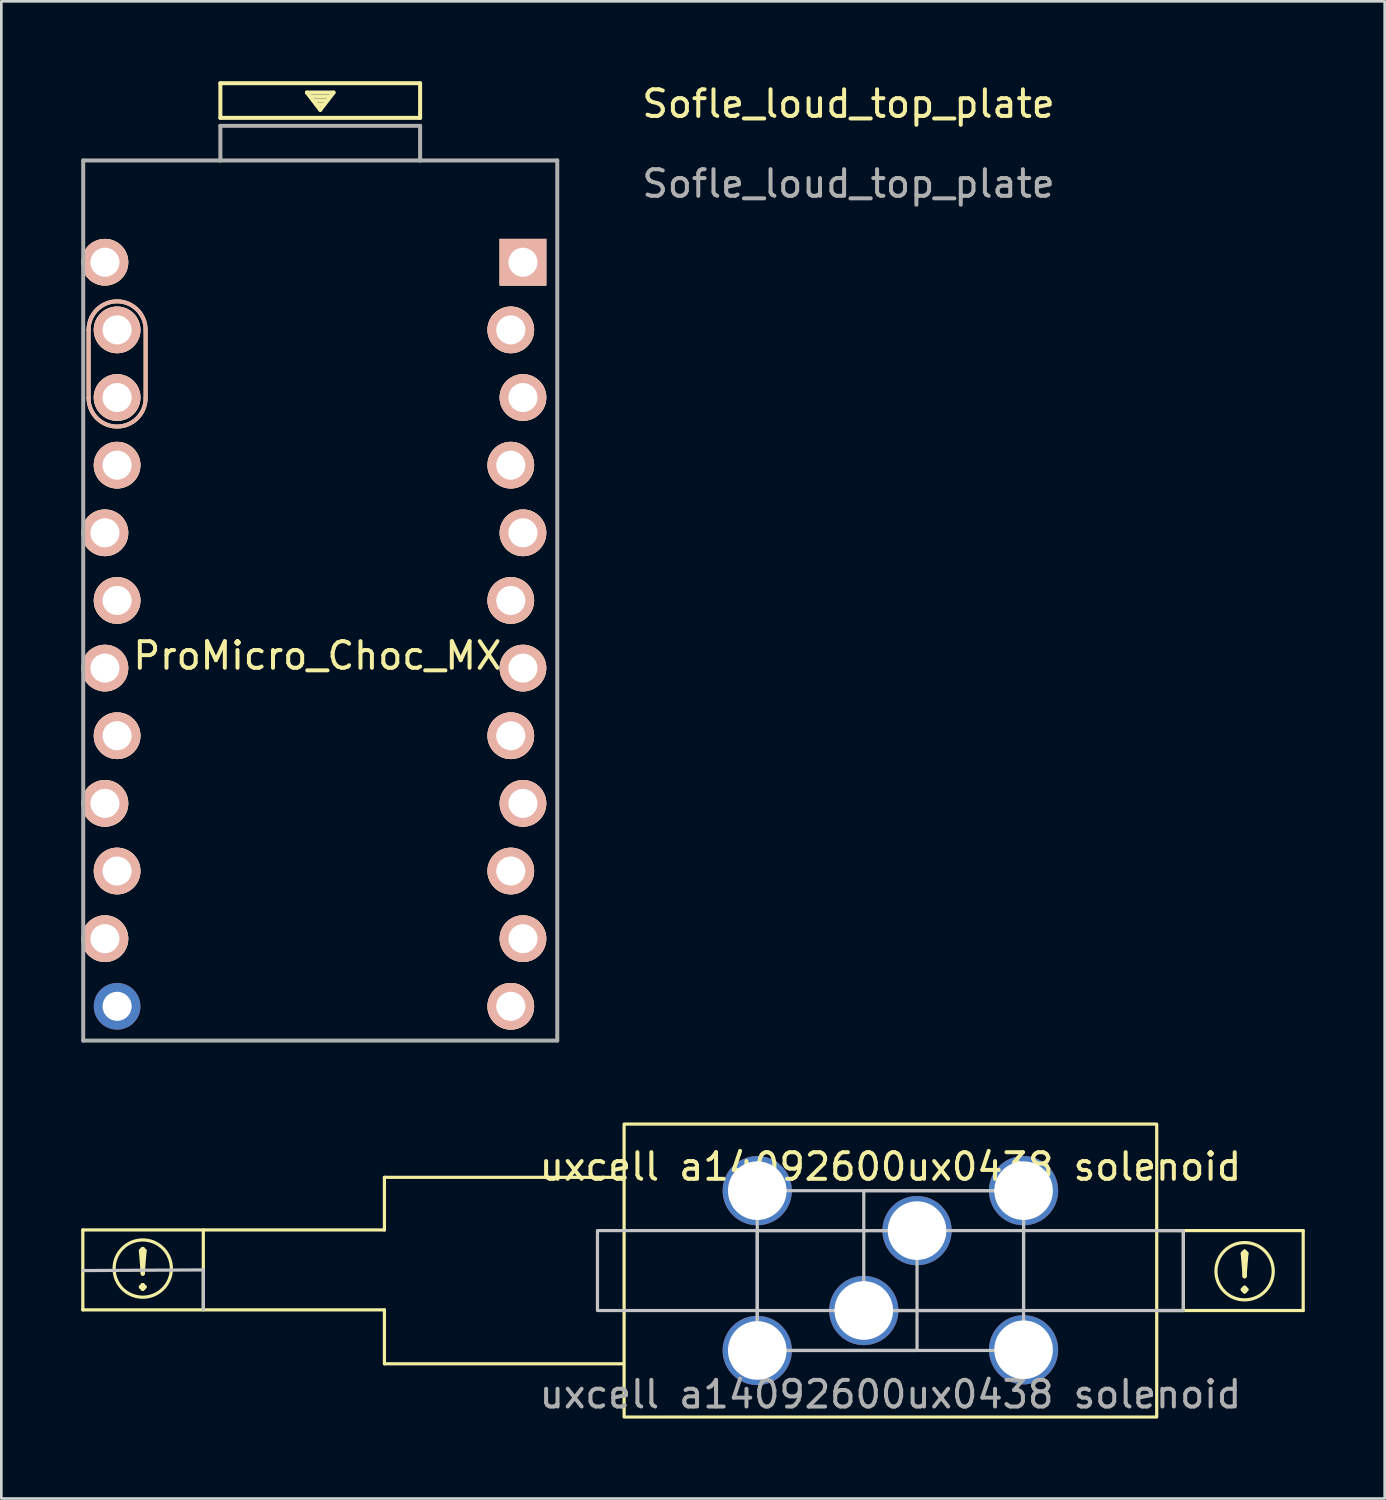
<source format=kicad_pcb>
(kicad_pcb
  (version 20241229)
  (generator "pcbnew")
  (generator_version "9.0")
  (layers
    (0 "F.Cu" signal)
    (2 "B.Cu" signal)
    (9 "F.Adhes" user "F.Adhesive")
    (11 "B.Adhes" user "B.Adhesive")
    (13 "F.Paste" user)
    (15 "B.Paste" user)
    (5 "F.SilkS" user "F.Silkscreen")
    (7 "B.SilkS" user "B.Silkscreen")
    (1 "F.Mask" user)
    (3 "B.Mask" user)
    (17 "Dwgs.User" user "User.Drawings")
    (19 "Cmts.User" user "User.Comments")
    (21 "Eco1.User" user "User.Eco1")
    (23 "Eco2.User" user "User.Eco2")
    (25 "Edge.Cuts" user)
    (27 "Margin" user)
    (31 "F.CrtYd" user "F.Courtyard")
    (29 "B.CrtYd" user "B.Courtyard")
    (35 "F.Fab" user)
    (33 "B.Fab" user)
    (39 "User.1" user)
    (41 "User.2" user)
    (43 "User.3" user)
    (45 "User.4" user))
  (footprint "uxcell a14092600ux0438 solenoid"
    (layer "F.Cu")
    (at 30.385 44.66)
    (property "Reference" "uxcell a14092600ux0438 solenoid" (at 0 -3.9 0) (layer "F.SilkS") (effects (font (size 1 1) (thickness 0.15))))
    (fp_line (start -30.325 -1.525) (end -30.325 1.475) (stroke (width 0.12) (type solid)) (layer "F.SilkS"))
    (fp_line (start -30.325 1.475) (end -19 1.475) (stroke (width 0.12) (type solid)) (layer "F.SilkS"))
    (fp_line (start -25.8 1.475) (end -25.8 -1.525) (stroke (width 0.12) (type solid)) (layer "F.SilkS"))
    (fp_line (start -19 -3.5) (end -19 -1.525) (stroke (width 0.12) (type solid)) (layer "F.SilkS"))
    (fp_line (start -19 -1.525) (end -30.325 -1.525) (stroke (width 0.12) (type solid)) (layer "F.SilkS"))
    (fp_line (start -19 1.475) (end -19 3.5) (stroke (width 0.12) (type solid)) (layer "F.SilkS"))
    (fp_line (start -19 3.5) (end -10.025 3.5) (stroke (width 0.12) (type solid)) (layer "F.SilkS"))
    (fp_line (start -10 -3.5) (end -19 -3.5) (stroke (width 0.12) (type solid)) (layer "F.SilkS"))
    (fp_line (start 10 -1.5) (end 15.5 -1.5) (stroke (width 0.12) (type solid)) (layer "F.SilkS"))
    (fp_line (start 10 1.5) (end 15.5 1.5) (stroke (width 0.12) (type solid)) (layer "F.SilkS"))
    (fp_line (start 11 -1.5) (end 11 1.5) (stroke (width 0.12) (type solid)) (layer "F.SilkS"))
    (fp_line (start 15.5 -1.5) (end 15.5 1.5) (stroke (width 0.12) (type solid)) (layer "F.SilkS"))
    (fp_rect (start -10 -5.5) (end 10 5.5) (stroke (width 0.12) (type solid)) (fill no) (layer "F.SilkS"))
    (fp_circle (center -28.075 -0.075) (end -28.1 1) (stroke (width 0.12) (type solid)) (fill no) (layer "F.SilkS"))
    (fp_circle (center 13.3 0.025) (end 13.275 1.1) (stroke (width 0.12) (type solid)) (fill no) (layer "F.SilkS"))
    (fp_line (start -30.3 0) (end -25.8 -0.025) (stroke (width 0.12) (type solid)) (layer "Dwgs.User"))
    (fp_line (start -25.8 -0.025) (end -25.8 1.475) (stroke (width 0.12) (type solid)) (layer "Dwgs.User"))
    (fp_rect (start -11 -1.5) (end 11 1.5) (stroke (width 0.12) (type solid)) (fill no) (layer "Dwgs.User"))
    (fp_rect (start -5 -3) (end 5 3) (stroke (width 0.12) (type solid)) (fill no) (layer "Dwgs.User"))
    (fp_rect (start 1 3) (end -5 -1.5) (stroke (width 0.12) (type solid)) (fill no) (layer "Dwgs.User"))
    (fp_rect (start 5 1.5) (end -1 -3) (stroke (width 0.12) (type solid)) (fill no) (layer "Dwgs.User"))
    (fp_text user "!" (at -28.075 0 0) (layer "F.SilkS") (effects (font (size 1.5 1.5) (thickness 0.15))))
    (fp_text user "!" (at 13.3 0.1 0) (layer "F.SilkS") (effects (font (size 1.5 1.5) (thickness 0.15))))
    (fp_text user "${REFERENCE}" (at 0 4.65 0) (unlocked yes) (layer "F.Fab") (effects (font (size 1 1) (thickness 0.15))))
    (pad "" np_thru_hole circle (at -5 -3 90) (size 2.6 2.6) (drill 2.2) (layers "*.Cu" "*.Mask"))
    (pad "" np_thru_hole circle (at -5 3 90) (size 2.6 2.6) (drill 2.2) (layers "*.Cu" "*.Mask"))
    (pad "" np_thru_hole circle (at -1 1.5 90) (size 2.6 2.6) (drill 2.2) (layers "*.Cu" "*.Mask"))
    (pad "" np_thru_hole circle (at 1 -1.5 90) (size 2.6 2.6) (drill 2.2) (layers "*.Cu" "*.Mask"))
    (pad "" np_thru_hole circle (at 5 -3 90) (size 2.6 2.6) (drill 2.2) (layers "*.Cu" "*.Mask"))
    (pad "" np_thru_hole circle (at 5 2.975 90) (size 2.6 2.6) (drill 2.2) (layers "*.Cu" "*.Mask")))
  (footprint "Sofle_loud_top_plate"
    (layer "F.Cu")
    (at 28.813 1.348)
    (property "Reference" "Sofle_loud_top_plate" (at 0 -0.5 0) (unlocked yes) (layer "F.SilkS") (effects (font (size 1 1) (thickness 0.15))))
    (fp_text user "${REFERENCE}" (at 0 2.5 0) (unlocked yes) (layer "F.Fab") (effects (font (size 1 1) (thickness 0.15)))))
  (footprint "ProMicro_Choc_MX"
    (layer "F.Cu")
    (at 8.868 20.371)
    (property "Reference" "ProMicro_Choc_MX" (at 0 1.2 0) (layer "F.SilkS") (effects (font (size 1 1) (thickness 0.15))))
    (attr through_hole)
    (fp_line (start -8.592 -11.034) (end -8.592 -8.475) (stroke (width 0.15) (type default)) (layer "F.SilkS"))
    (fp_line (start -6.45 -8.475) (end -6.45 -11.034) (stroke (width 0.15) (type default)) (layer "F.SilkS"))
    (fp_line (start -3.643 -20.296) (end -3.643 -18.996) (stroke (width 0.15) (type solid)) (layer "F.SilkS"))
    (fp_line (start -3.643 -18.996) (end 3.857 -18.996) (stroke (width 0.15) (type solid)) (layer "F.SilkS"))
    (fp_line (start -0.393 -19.946) (end 0.607 -19.946) (stroke (width 0.15) (type solid)) (layer "F.SilkS"))
    (fp_line (start -0.243 -19.796) (end 0.457 -19.796) (stroke (width 0.15) (type solid)) (layer "F.SilkS"))
    (fp_line (start -0.143 -19.646) (end 0.357 -19.646) (stroke (width 0.15) (type solid)) (layer "F.SilkS"))
    (fp_line (start -0.043 -19.496) (end 0.257 -19.496) (stroke (width 0.15) (type solid)) (layer "F.SilkS"))
    (fp_line (start 0.107 -19.296) (end -0.393 -19.946) (stroke (width 0.15) (type solid)) (layer "F.SilkS"))
    (fp_line (start 0.607 -19.946) (end 0.107 -19.296) (stroke (width 0.15) (type solid)) (layer "F.SilkS"))
    (fp_line (start 3.857 -20.296) (end -3.643 -20.296) (stroke (width 0.15) (type solid)) (layer "F.SilkS"))
    (fp_line (start 3.857 -18.996) (end 3.857 -20.296) (stroke (width 0.15) (type solid)) (layer "F.SilkS"))
    (fp_arc (start -8.592409 -11.034255) (mid -7.521185 -12.105479) (end -6.449961 -11.034255) (stroke (width 0.15) (type default)) (layer "F.SilkS"))
    (fp_arc (start -6.449961 -8.475) (mid -7.521185 -7.403776) (end -8.592409 -8.475) (stroke (width 0.15) (type default)) (layer "F.SilkS"))
    (fp_line (start -8.592 -8.475) (end -8.592 -11.034) (stroke (width 0.15) (type default)) (layer "B.SilkS"))
    (fp_line (start -6.45 -11.034) (end -6.45 -8.475) (stroke (width 0.15) (type default)) (layer "B.SilkS"))
    (fp_arc (start -8.592409 -11.034255) (mid -7.521185 -12.105479) (end -6.449961 -11.034255) (stroke (width 0.15) (type default)) (layer "B.SilkS"))
    (fp_arc (start -6.449961 -8.475) (mid -7.521185 -7.403776) (end -8.592409 -8.475) (stroke (width 0.15) (type default)) (layer "B.SilkS"))
    (fp_line (start -8.793 -17.396) (end -3.643 -17.396) (stroke (width 0.15) (type solid)) (layer "F.Fab"))
    (fp_line (start -8.793 15.654) (end -8.793 -17.396) (stroke (width 0.15) (type solid)) (layer "F.Fab"))
    (fp_line (start -3.643 -18.696) (end -3.643 -17.395) (stroke (width 0.15) (type solid)) (layer "F.Fab"))
    (fp_line (start -3.643 -18.696) (end 3.857 -18.696) (stroke (width 0.15) (type solid)) (layer "F.Fab"))
    (fp_line (start -3.643 -17.396) (end 3.857 -17.396) (stroke (width 0.15) (type solid)) (layer "F.Fab"))
    (fp_line (start 3.857 -18.696) (end 3.857 -17.396) (stroke (width 0.15) (type solid)) (layer "F.Fab"))
    (fp_line (start 3.867 -17.396) (end 9.007 -17.396) (stroke (width 0.15) (type solid)) (layer "F.Fab"))
    (fp_line (start 9.007 -17.396) (end 9.007 15.654) (stroke (width 0.15) (type solid)) (layer "F.Fab"))
    (fp_line (start 9.007 15.654) (end -8.793 15.654) (stroke (width 0.15) (type solid)) (layer "F.Fab"))
    (fp_line (start -8.791 -17.384) (end -8.791 15.636) (stroke (width 0.15) (type solid)) (layer "User.1"))
    (fp_line (start -8.791 -14.844) (end -8.791 15.636) (stroke (width 0.15) (type solid)) (layer "User.1"))
    (fp_line (start -8.791 15.636) (end -6.251 15.636) (stroke (width 0.15) (type solid)) (layer "User.1"))
    (fp_line (start -6.251 -14.844) (end -8.791 -14.844) (stroke (width 0.15) (type solid)) (layer "User.1"))
    (fp_line (start -6.251 15.636) (end -6.251 -14.844) (stroke (width 0.15) (type solid)) (layer "User.1"))
    (fp_line (start 6.449 -14.844) (end 6.449 15.636) (stroke (width 0.15) (type solid)) (layer "User.1"))
    (fp_line (start 6.449 15.636) (end 8.989 15.636) (stroke (width 0.15) (type solid)) (layer "User.1"))
    (fp_line (start 8.989 -17.384) (end -8.791 -17.384) (stroke (width 0.15) (type solid)) (layer "User.1"))
    (fp_line (start 8.989 -14.844) (end 6.449 -14.844) (stroke (width 0.15) (type solid)) (layer "User.1"))
    (fp_line (start 8.989 15.636) (end 8.989 -17.384) (stroke (width 0.15) (type solid)) (layer "User.1"))
    (fp_line (start 8.989 15.636) (end 8.989 -14.844) (stroke (width 0.15) (type solid)) (layer "User.1"))
    (pad "1" thru_hole rect (at 7.719 -13.574 90) (size 1.753 1.753) (drill 1.092) (layers "*.Cu" "*.SilkS" "*.Mask"))
    (pad "2" thru_hole circle (at 7.262 -11.034 90) (size 1.753 1.753) (drill 1.092) (layers "*.Cu" "*.SilkS" "*.Mask"))
    (pad "3" thru_hole circle (at 7.719 -8.494 90) (size 1.753 1.753) (drill 1.092) (layers "*.Cu" "*.SilkS" "*.Mask"))
    (pad "4" thru_hole circle (at 7.262 -5.954 90) (size 1.753 1.753) (drill 1.092) (layers "*.Cu" "*.SilkS" "*.Mask"))
    (pad "5" thru_hole circle (at 7.719 -3.414 90) (size 1.753 1.753) (drill 1.092) (layers "*.Cu" "*.SilkS" "*.Mask"))
    (pad "6" thru_hole circle (at 7.262 -0.874 90) (size 1.753 1.753) (drill 1.092) (layers "*.Cu" "*.SilkS" "*.Mask"))
    (pad "7" thru_hole circle (at 7.719 1.666 90) (size 1.753 1.753) (drill 1.092) (layers "*.Cu" "*.SilkS" "*.Mask"))
    (pad "8" thru_hole circle (at 7.262 4.206 90) (size 1.753 1.753) (drill 1.092) (layers "*.Cu" "*.SilkS" "*.Mask"))
    (pad "9" thru_hole circle (at 7.719 6.746 90) (size 1.753 1.753) (drill 1.092) (layers "*.Cu" "*.SilkS" "*.Mask"))
    (pad "10" thru_hole circle (at 7.262 9.286 90) (size 1.753 1.753) (drill 1.092) (layers "*.Cu" "*.SilkS" "*.Mask"))
    (pad "11" thru_hole circle (at 7.719 11.826 90) (size 1.753 1.753) (drill 1.092) (layers "*.Cu" "*.SilkS" "*.Mask"))
    (pad "12" thru_hole circle (at 7.262 14.366 90) (size 1.753 1.753) (drill 1.092) (layers "*.Cu" "*.SilkS" "*.Mask"))
    (pad "13" thru_hole circle (at -7.521 14.366 90) (size 1.753 1.753) (drill 1.092) (layers "*.Cu" "*.Mask"))
    (pad "14" thru_hole circle (at -7.978 11.826 90) (size 1.753 1.753) (drill 1.092) (layers "*.Cu" "*.SilkS" "*.Mask"))
    (pad "15" thru_hole circle (at -7.521 9.286 90) (size 1.753 1.753) (drill 1.092) (layers "*.Cu" "*.SilkS" "*.Mask"))
    (pad "16" thru_hole circle (at -7.978 6.746 90) (size 1.753 1.753) (drill 1.092) (layers "*.Cu" "*.SilkS" "*.Mask"))
    (pad "17" thru_hole circle (at -7.521 4.206 90) (size 1.753 1.753) (drill 1.092) (layers "*.Cu" "*.SilkS" "*.Mask"))
    (pad "18" thru_hole circle (at -7.978 1.666 90) (size 1.753 1.753) (drill 1.092) (layers "*.Cu" "*.SilkS" "*.Mask"))
    (pad "19" thru_hole circle (at -7.521 -0.874 90) (size 1.753 1.753) (drill 1.092) (layers "*.Cu" "*.SilkS" "*.Mask"))
    (pad "20" thru_hole circle (at -7.978 -3.414 90) (size 1.753 1.753) (drill 1.092) (layers "*.Cu" "*.SilkS" "*.Mask"))
    (pad "21" thru_hole circle (at -7.521 -5.954 90) (size 1.753 1.753) (drill 1.092) (layers "*.Cu" "*.SilkS" "*.Mask"))
    (pad "22" thru_hole circle (at -7.521 -8.494 90) (size 1.753 1.753) (drill 1.092) (layers "*.Cu" "*.SilkS" "*.Mask"))
    (pad "23" thru_hole circle (at -7.521 -11.034 180) (size 1.524 1.524) (drill 0.813) (layers "*.Cu" "*.Mask" "B.SilkS"))
    (pad "23" thru_hole circle (at -7.521 -11.034 90) (size 1.753 1.753) (drill 1.092) (layers "*.Cu" "*.SilkS" "*.Mask"))
    (pad "24" thru_hole circle (at -7.978 -13.574 90) (size 1.753 1.753) (drill 1.092) (layers "*.Cu" "*.SilkS" "*.Mask")))
  (gr_rect
    (start -3 -3)
    (end 48.945 53.22)
    (stroke (width 0.1) (type default))
    (fill no)
    (layer "Edge.Cuts")))
</source>
